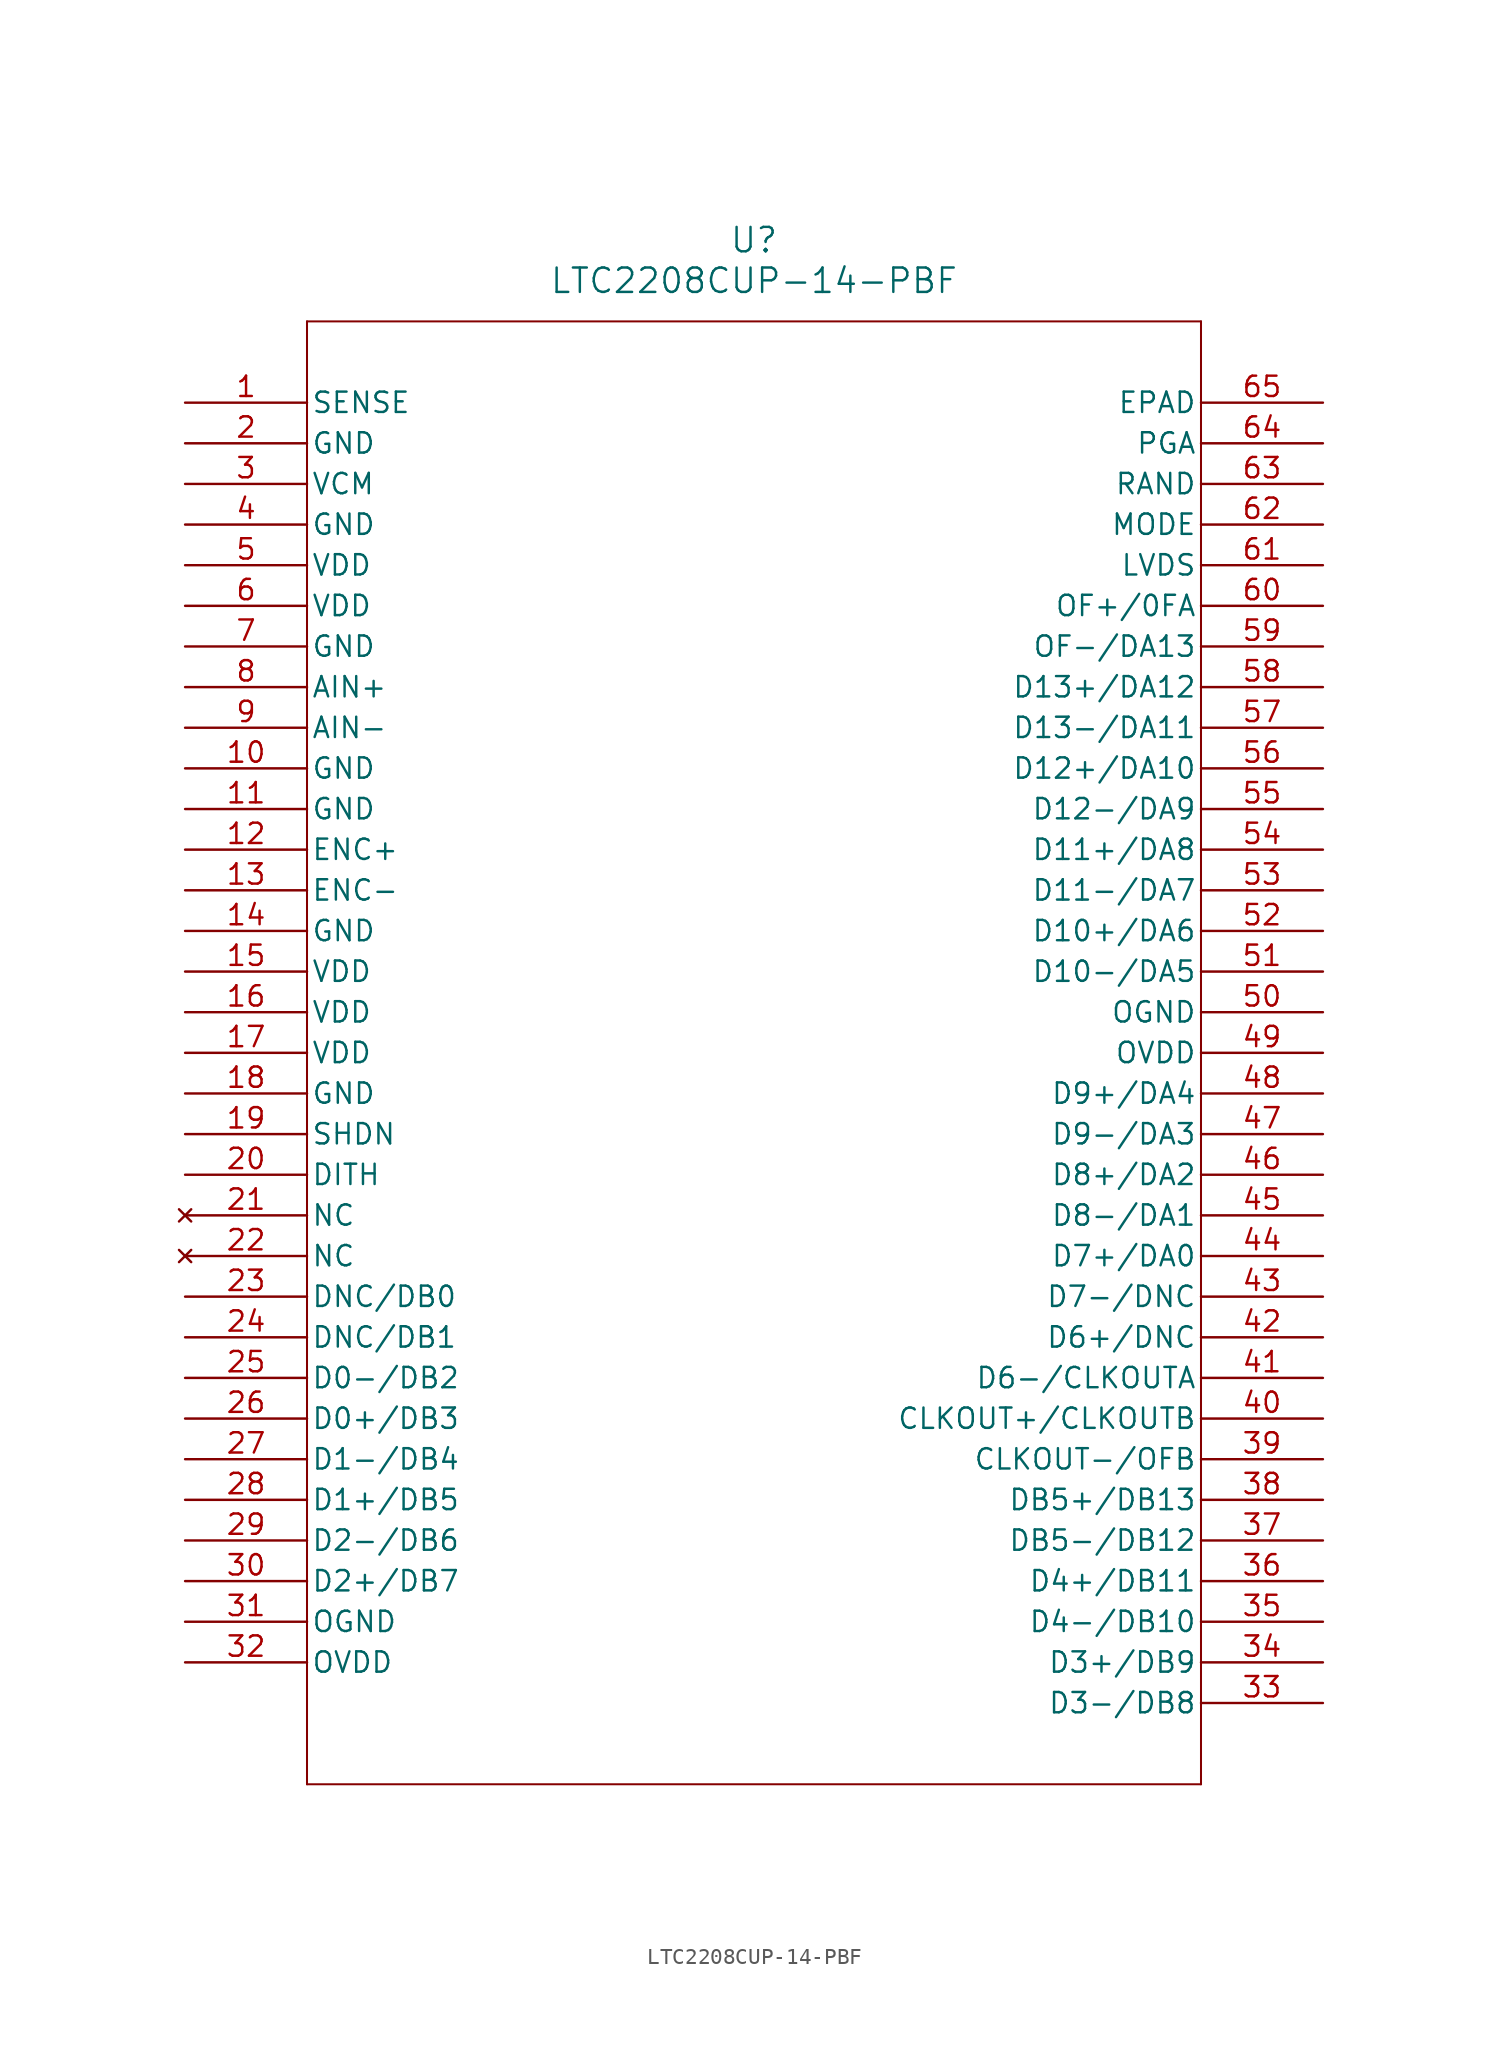
<source format=kicad_sym>
(kicad_symbol_lib
  (version 20220914)
  (generator kicad_symbol_editor)
  (symbol "LTC2208CUP-14-PBF"
    (pin_names
      (offset 0.254))
    (property "Reference" "U"
      (at 35.56 10.16 0)
      (effects (font (size 1.524 1.524))))
    (property "Value" "LTC2208CUP-14-PBF"
      (at 35.56 7.62 0)
      (effects (font (size 1.524 1.524))))
    (property "ki_locked" ""
      (at 0 0 0)
      (effects (font (size 1.27 1.27))))
    (symbol "LTC2208CUP-14-PBF_0_1"
      (polyline (pts (xy 7.62 -86.36) (xy 63.5 -86.36)) (stroke (width 0.127) (type default)) (fill (type none)))
      (polyline (pts (xy 7.62 5.08) (xy 7.62 -86.36)) (stroke (width 0.127) (type default)) (fill (type none)))
      (polyline (pts (xy 63.5 -86.36) (xy 63.5 5.08)) (stroke (width 0.127) (type default)) (fill (type none)))
      (polyline (pts (xy 63.5 5.08) (xy 7.62 5.08)) (stroke (width 0.127) (type default)) (fill (type none)))
      (pin input line (at 0 0 0) (length 7.62) (name "SENSE" (effects (font (size 1.27 1.27)))) (number "1" (effects (font (size 1.27 1.27)))))
      (pin power_in line (at 0 -22.86 0) (length 7.62) (name "GND" (effects (font (size 1.27 1.27)))) (number "10" (effects (font (size 1.27 1.27)))))
      (pin power_in line (at 0 -25.4 0) (length 7.62) (name "GND" (effects (font (size 1.27 1.27)))) (number "11" (effects (font (size 1.27 1.27)))))
      (pin input line (at 0 -27.94 0) (length 7.62) (name "ENC+" (effects (font (size 1.27 1.27)))) (number "12" (effects (font (size 1.27 1.27)))))
      (pin input line (at 0 -30.48 0) (length 7.62) (name "ENC-" (effects (font (size 1.27 1.27)))) (number "13" (effects (font (size 1.27 1.27)))))
      (pin power_in line (at 0 -33.02 0) (length 7.62) (name "GND" (effects (font (size 1.27 1.27)))) (number "14" (effects (font (size 1.27 1.27)))))
      (pin power_in line (at 0 -35.56 0) (length 7.62) (name "VDD" (effects (font (size 1.27 1.27)))) (number "15" (effects (font (size 1.27 1.27)))))
      (pin power_in line (at 0 -38.1 0) (length 7.62) (name "VDD" (effects (font (size 1.27 1.27)))) (number "16" (effects (font (size 1.27 1.27)))))
      (pin power_in line (at 0 -40.64 0) (length 7.62) (name "VDD" (effects (font (size 1.27 1.27)))) (number "17" (effects (font (size 1.27 1.27)))))
      (pin power_in line (at 0 -43.18 0) (length 7.62) (name "GND" (effects (font (size 1.27 1.27)))) (number "18" (effects (font (size 1.27 1.27)))))
      (pin unspecified line (at 0 -45.72 0) (length 7.62) (name "SHDN" (effects (font (size 1.27 1.27)))) (number "19" (effects (font (size 1.27 1.27)))))
      (pin power_in line (at 0 -2.54 0) (length 7.62) (name "GND" (effects (font (size 1.27 1.27)))) (number "2" (effects (font (size 1.27 1.27)))))
      (pin unspecified line (at 0 -48.26 0) (length 7.62) (name "DITH" (effects (font (size 1.27 1.27)))) (number "20" (effects (font (size 1.27 1.27)))))
      (pin no_connect line (at 0 -50.8 0) (length 7.62) (name "NC" (effects (font (size 1.27 1.27)))) (number "21" (effects (font (size 1.27 1.27)))))
      (pin no_connect line (at 0 -53.34 0) (length 7.62) (name "NC" (effects (font (size 1.27 1.27)))) (number "22" (effects (font (size 1.27 1.27)))))
      (pin bidirectional line (at 0 -55.88 0) (length 7.62) (name "DNC/DB0" (effects (font (size 1.27 1.27)))) (number "23" (effects (font (size 1.27 1.27)))))
      (pin bidirectional line (at 0 -58.42 0) (length 7.62) (name "DNC/DB1" (effects (font (size 1.27 1.27)))) (number "24" (effects (font (size 1.27 1.27)))))
      (pin output line (at 0 -60.96 0) (length 7.62) (name "D0-/DB2" (effects (font (size 1.27 1.27)))) (number "25" (effects (font (size 1.27 1.27)))))
      (pin output line (at 0 -63.5 0) (length 7.62) (name "D0+/DB3" (effects (font (size 1.27 1.27)))) (number "26" (effects (font (size 1.27 1.27)))))
      (pin output line (at 0 -66.04 0) (length 7.62) (name "D1-/DB4" (effects (font (size 1.27 1.27)))) (number "27" (effects (font (size 1.27 1.27)))))
      (pin output line (at 0 -68.58 0) (length 7.62) (name "D1+/DB5" (effects (font (size 1.27 1.27)))) (number "28" (effects (font (size 1.27 1.27)))))
      (pin output line (at 0 -71.12 0) (length 7.62) (name "D2-/DB6" (effects (font (size 1.27 1.27)))) (number "29" (effects (font (size 1.27 1.27)))))
      (pin output line (at 0 -5.08 0) (length 7.62) (name "VCM" (effects (font (size 1.27 1.27)))) (number "3" (effects (font (size 1.27 1.27)))))
      (pin output line (at 0 -73.66 0) (length 7.62) (name "D2+/DB7" (effects (font (size 1.27 1.27)))) (number "30" (effects (font (size 1.27 1.27)))))
      (pin power_in line (at 0 -76.2 0) (length 7.62) (name "OGND" (effects (font (size 1.27 1.27)))) (number "31" (effects (font (size 1.27 1.27)))))
      (pin power_in line (at 0 -78.74 0) (length 7.62) (name "OVDD" (effects (font (size 1.27 1.27)))) (number "32" (effects (font (size 1.27 1.27)))))
      (pin output line (at 71.12 -81.28 180) (length 7.62) (name "D3-/DB8" (effects (font (size 1.27 1.27)))) (number "33" (effects (font (size 1.27 1.27)))))
      (pin output line (at 71.12 -78.74 180) (length 7.62) (name "D3+/DB9" (effects (font (size 1.27 1.27)))) (number "34" (effects (font (size 1.27 1.27)))))
      (pin output line (at 71.12 -76.2 180) (length 7.62) (name "D4-/DB10" (effects (font (size 1.27 1.27)))) (number "35" (effects (font (size 1.27 1.27)))))
      (pin output line (at 71.12 -73.66 180) (length 7.62) (name "D4+/DB11" (effects (font (size 1.27 1.27)))) (number "36" (effects (font (size 1.27 1.27)))))
      (pin output line (at 71.12 -71.12 180) (length 7.62) (name "DB5-/DB12" (effects (font (size 1.27 1.27)))) (number "37" (effects (font (size 1.27 1.27)))))
      (pin output line (at 71.12 -68.58 180) (length 7.62) (name "DB5+/DB13" (effects (font (size 1.27 1.27)))) (number "38" (effects (font (size 1.27 1.27)))))
      (pin output line (at 71.12 -66.04 180) (length 7.62) (name "CLKOUT-/OFB" (effects (font (size 1.27 1.27)))) (number "39" (effects (font (size 1.27 1.27)))))
      (pin power_in line (at 0 -7.62 0) (length 7.62) (name "GND" (effects (font (size 1.27 1.27)))) (number "4" (effects (font (size 1.27 1.27)))))
      (pin output line (at 71.12 -63.5 180) (length 7.62) (name "CLKOUT+/CLKOUTB" (effects (font (size 1.27 1.27)))) (number "40" (effects (font (size 1.27 1.27)))))
      (pin output line (at 71.12 -60.96 180) (length 7.62) (name "D6-/CLKOUTA" (effects (font (size 1.27 1.27)))) (number "41" (effects (font (size 1.27 1.27)))))
      (pin bidirectional line (at 71.12 -58.42 180) (length 7.62) (name "D6+/DNC" (effects (font (size 1.27 1.27)))) (number "42" (effects (font (size 1.27 1.27)))))
      (pin bidirectional line (at 71.12 -55.88 180) (length 7.62) (name "D7-/DNC" (effects (font (size 1.27 1.27)))) (number "43" (effects (font (size 1.27 1.27)))))
      (pin output line (at 71.12 -53.34 180) (length 7.62) (name "D7+/DA0" (effects (font (size 1.27 1.27)))) (number "44" (effects (font (size 1.27 1.27)))))
      (pin output line (at 71.12 -50.8 180) (length 7.62) (name "D8-/DA1" (effects (font (size 1.27 1.27)))) (number "45" (effects (font (size 1.27 1.27)))))
      (pin output line (at 71.12 -48.26 180) (length 7.62) (name "D8+/DA2" (effects (font (size 1.27 1.27)))) (number "46" (effects (font (size 1.27 1.27)))))
      (pin output line (at 71.12 -45.72 180) (length 7.62) (name "D9-/DA3" (effects (font (size 1.27 1.27)))) (number "47" (effects (font (size 1.27 1.27)))))
      (pin output line (at 71.12 -43.18 180) (length 7.62) (name "D9+/DA4" (effects (font (size 1.27 1.27)))) (number "48" (effects (font (size 1.27 1.27)))))
      (pin power_in line (at 71.12 -40.64 180) (length 7.62) (name "OVDD" (effects (font (size 1.27 1.27)))) (number "49" (effects (font (size 1.27 1.27)))))
      (pin power_in line (at 0 -10.16 0) (length 7.62) (name "VDD" (effects (font (size 1.27 1.27)))) (number "5" (effects (font (size 1.27 1.27)))))
      (pin power_in line (at 71.12 -38.1 180) (length 7.62) (name "OGND" (effects (font (size 1.27 1.27)))) (number "50" (effects (font (size 1.27 1.27)))))
      (pin output line (at 71.12 -35.56 180) (length 7.62) (name "D10-/DA5" (effects (font (size 1.27 1.27)))) (number "51" (effects (font (size 1.27 1.27)))))
      (pin output line (at 71.12 -33.02 180) (length 7.62) (name "D10+/DA6" (effects (font (size 1.27 1.27)))) (number "52" (effects (font (size 1.27 1.27)))))
      (pin output line (at 71.12 -30.48 180) (length 7.62) (name "D11-/DA7" (effects (font (size 1.27 1.27)))) (number "53" (effects (font (size 1.27 1.27)))))
      (pin output line (at 71.12 -27.94 180) (length 7.62) (name "D11+/DA8" (effects (font (size 1.27 1.27)))) (number "54" (effects (font (size 1.27 1.27)))))
      (pin output line (at 71.12 -25.4 180) (length 7.62) (name "D12-/DA9" (effects (font (size 1.27 1.27)))) (number "55" (effects (font (size 1.27 1.27)))))
      (pin output line (at 71.12 -22.86 180) (length 7.62) (name "D12+/DA10" (effects (font (size 1.27 1.27)))) (number "56" (effects (font (size 1.27 1.27)))))
      (pin output line (at 71.12 -20.32 180) (length 7.62) (name "D13-/DA11" (effects (font (size 1.27 1.27)))) (number "57" (effects (font (size 1.27 1.27)))))
      (pin output line (at 71.12 -17.78 180) (length 7.62) (name "D13+/DA12" (effects (font (size 1.27 1.27)))) (number "58" (effects (font (size 1.27 1.27)))))
      (pin output line (at 71.12 -15.24 180) (length 7.62) (name "OF-/DA13" (effects (font (size 1.27 1.27)))) (number "59" (effects (font (size 1.27 1.27)))))
      (pin power_in line (at 0 -12.7 0) (length 7.62) (name "VDD" (effects (font (size 1.27 1.27)))) (number "6" (effects (font (size 1.27 1.27)))))
      (pin output line (at 71.12 -12.7 180) (length 7.62) (name "OF+/0FA" (effects (font (size 1.27 1.27)))) (number "60" (effects (font (size 1.27 1.27)))))
      (pin output line (at 71.12 -10.16 180) (length 7.62) (name "LVDS" (effects (font (size 1.27 1.27)))) (number "61" (effects (font (size 1.27 1.27)))))
      (pin output line (at 71.12 -7.62 180) (length 7.62) (name "MODE" (effects (font (size 1.27 1.27)))) (number "62" (effects (font (size 1.27 1.27)))))
      (pin output line (at 71.12 -5.08 180) (length 7.62) (name "RAND" (effects (font (size 1.27 1.27)))) (number "63" (effects (font (size 1.27 1.27)))))
      (pin input line (at 71.12 -2.54 180) (length 7.62) (name "PGA" (effects (font (size 1.27 1.27)))) (number "64" (effects (font (size 1.27 1.27)))))
      (pin unspecified line (at 71.12 0 180) (length 7.62) (name "EPAD" (effects (font (size 1.27 1.27)))) (number "65" (effects (font (size 1.27 1.27)))))
      (pin power_in line (at 0 -15.24 0) (length 7.62) (name "GND" (effects (font (size 1.27 1.27)))) (number "7" (effects (font (size 1.27 1.27)))))
      (pin input line (at 0 -17.78 0) (length 7.62) (name "AIN+" (effects (font (size 1.27 1.27)))) (number "8" (effects (font (size 1.27 1.27)))))
      (pin input line (at 0 -20.32 0) (length 7.62) (name "AIN-" (effects (font (size 1.27 1.27)))) (number "9" (effects (font (size 1.27 1.27))))))))
</source>
